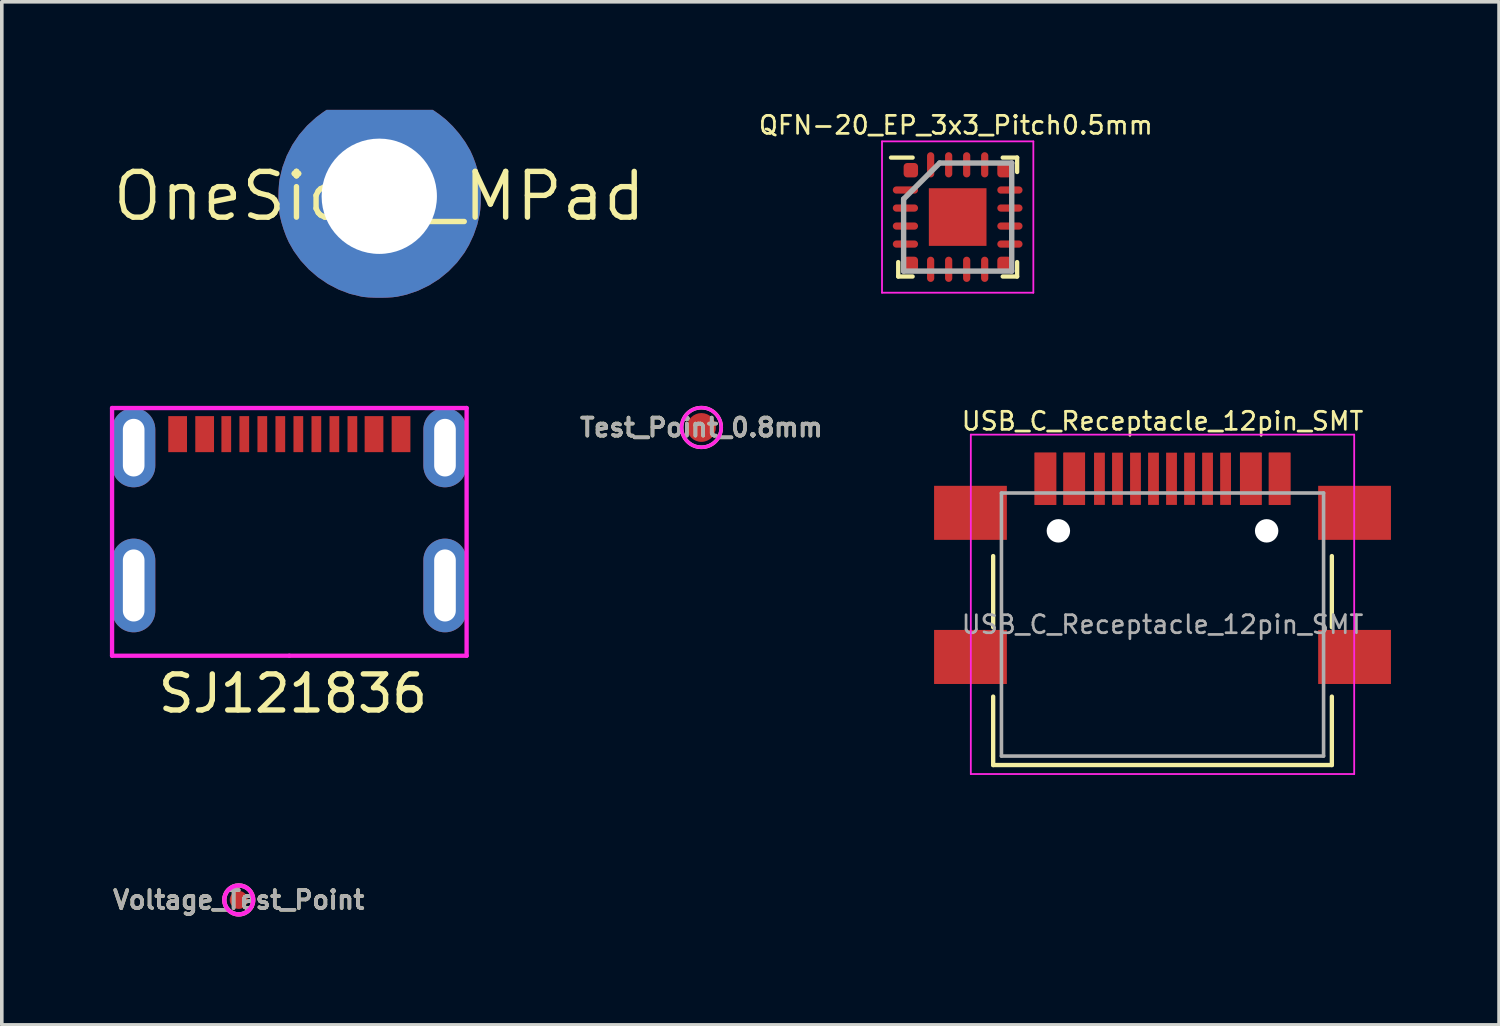
<source format=kicad_pcb>
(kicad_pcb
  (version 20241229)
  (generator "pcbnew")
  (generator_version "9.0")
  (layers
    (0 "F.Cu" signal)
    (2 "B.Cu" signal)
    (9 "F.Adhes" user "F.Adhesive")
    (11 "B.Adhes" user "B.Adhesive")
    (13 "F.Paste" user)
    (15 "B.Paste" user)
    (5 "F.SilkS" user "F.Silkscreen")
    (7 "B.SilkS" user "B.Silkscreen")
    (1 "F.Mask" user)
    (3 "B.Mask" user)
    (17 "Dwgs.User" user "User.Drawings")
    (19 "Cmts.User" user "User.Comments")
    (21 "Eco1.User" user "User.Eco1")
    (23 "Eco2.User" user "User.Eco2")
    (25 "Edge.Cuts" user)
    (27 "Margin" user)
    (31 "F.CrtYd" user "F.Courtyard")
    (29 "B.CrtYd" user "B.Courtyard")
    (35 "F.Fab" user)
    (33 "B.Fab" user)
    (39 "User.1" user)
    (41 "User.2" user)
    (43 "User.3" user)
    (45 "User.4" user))
  (footprint "USB_C_Receptacle_12pin_SMT"
    (layer "F.Cu")
    (at 29.214 14.283)
    (property "Reference" "USB_C_Receptacle_12pin_SMT" (at 0 -5.645 180) (layer "F.SilkS") (effects (font (size 0.5 0.5) (thickness 0.075))))
    (attr smd)
    (fp_line (start -4.7 -1.9) (end -4.7 0.076) (stroke (width 0.12) (type solid)) (layer "F.SilkS"))
    (fp_line (start -4.7 2) (end -4.7 3.9) (stroke (width 0.12) (type solid)) (layer "F.SilkS"))
    (fp_line (start -4.7 3.9) (end 4.7 3.9) (stroke (width 0.12) (type solid)) (layer "F.SilkS"))
    (fp_line (start 4.7 -1.9) (end 4.7 0.076) (stroke (width 0.12) (type solid)) (layer "F.SilkS"))
    (fp_line (start 4.7 2) (end 4.7 3.9) (stroke (width 0.12) (type solid)) (layer "F.SilkS"))
    (fp_line (start -5.32 -5.27) (end -5.32 4.15) (stroke (width 0.05) (type solid)) (layer "F.CrtYd"))
    (fp_line (start -5.32 -5.27) (end 5.32 -5.27) (stroke (width 0.05) (type solid)) (layer "F.CrtYd"))
    (fp_line (start -5.32 4.15) (end 5.32 4.15) (stroke (width 0.05) (type solid)) (layer "F.CrtYd"))
    (fp_line (start 5.32 -5.27) (end 5.32 4.15) (stroke (width 0.05) (type solid)) (layer "F.CrtYd"))
    (fp_line (start -4.47 -3.65) (end -4.47 3.65) (stroke (width 0.1) (type solid)) (layer "F.Fab"))
    (fp_line (start -4.47 -3.65) (end 4.47 -3.65) (stroke (width 0.1) (type solid)) (layer "F.Fab"))
    (fp_line (start -4.47 3.65) (end 4.47 3.65) (stroke (width 0.1) (type solid)) (layer "F.Fab"))
    (fp_line (start 4.47 -3.65) (end 4.47 3.65) (stroke (width 0.1) (type solid)) (layer "F.Fab"))
    (fp_text user "${REFERENCE}" (at 0 0 180) (layer "F.Fab") (effects (font (size 0.5 0.5) (thickness 0.075))))
    (pad "" np_thru_hole circle (at -2.89 -2.6) (size 0.65 0.65) (drill 0.65) (layers "*.Cu" "*.Mask"))
    (pad "" np_thru_hole circle (at 2.89 -2.6) (size 0.65 0.65) (drill 0.65) (layers "*.Cu" "*.Mask"))
    (pad "A1" smd rect (at -3.25 -4.045) (size 0.6 1.45) (layers "F.Cu" "F.Mask" "F.Paste"))
    (pad "A4" smd rect (at -2.45 -4.045) (size 0.6 1.45) (layers "F.Cu" "F.Mask" "F.Paste"))
    (pad "A5" smd rect (at -1.25 -4.045) (size 0.3 1.45) (layers "F.Cu" "F.Mask" "F.Paste"))
    (pad "A6" smd rect (at -0.25 -4.045) (size 0.3 1.45) (layers "F.Cu" "F.Mask" "F.Paste"))
    (pad "A7" smd rect (at 0.25 -4.045) (size 0.3 1.45) (layers "F.Cu" "F.Mask" "F.Paste"))
    (pad "A8" smd rect (at 1.25 -4.045) (size 0.3 1.45) (layers "F.Cu" "F.Mask" "F.Paste"))
    (pad "A9" smd rect (at 2.45 -4.045) (size 0.6 1.45) (layers "F.Cu" "F.Mask" "F.Paste"))
    (pad "A12" smd rect (at 3.25 -4.045) (size 0.6 1.45) (layers "F.Cu" "F.Mask" "F.Paste"))
    (pad "B1" smd rect (at 3.25 -4.045) (size 0.6 1.45) (layers "F.Cu" "F.Mask" "F.Paste"))
    (pad "B4" smd rect (at 2.45 -4.045) (size 0.6 1.45) (layers "F.Cu" "F.Mask" "F.Paste"))
    (pad "B5" smd rect (at 1.75 -4.045) (size 0.3 1.45) (layers "F.Cu" "F.Mask" "F.Paste"))
    (pad "B6" smd rect (at 0.75 -4.045) (size 0.3 1.45) (layers "F.Cu" "F.Mask" "F.Paste"))
    (pad "B7" smd rect (at -0.75 -4.045) (size 0.3 1.45) (layers "F.Cu" "F.Mask" "F.Paste"))
    (pad "B8" smd rect (at -1.75 -4.045) (size 0.3 1.45) (layers "F.Cu" "F.Mask" "F.Paste"))
    (pad "B9" smd rect (at -2.45 -4.045) (size 0.6 1.45) (layers "F.Cu" "F.Mask" "F.Paste"))
    (pad "B12" smd rect (at -3.25 -4.045) (size 0.6 1.45) (layers "F.Cu" "F.Mask" "F.Paste"))
    (pad "S1" smd rect (at -5.33 -3.1) (size 2.02 1.5) (layers "F.Cu" "F.Mask" "F.Paste"))
    (pad "S1" smd rect (at -5.33 0.9) (size 2.02 1.5) (layers "F.Cu" "F.Mask" "F.Paste"))
    (pad "S1" smd rect (at 5.33 -3.1) (size 2.02 1.5) (layers "F.Cu" "F.Mask" "F.Paste"))
    (pad "S1" smd rect (at 5.33 0.9) (size 2.02 1.5) (layers "F.Cu" "F.Mask" "F.Paste")))
  (footprint "OneSided_MPad"
    (layer "F.Cu")
    (at 7.476 2.397)
    (property "Reference" "OneSided_MPad" (at 0 0 0) (layer "F.SilkS") (effects (font (size 1.27 1.27) (thickness 0.15))))
    (attr through_hole allow_soldermask_bridges)
    (pad "1" thru_hole custom (at 0 0) (size 3.5 3.5) (drill 3.2) (layers "*.Cu" "*.Mask") (options (anchor circle)) (primitives (gr_poly (pts (xy 1.647 -2.281) (xy 1.844 -2.126) (xy 2.037 -1.939) (xy 2.219 -1.728) (xy 2.382 -1.502) (xy 2.519 -1.27) (xy 2.532 -1.243) (xy 2.6 -1.091) (xy 2.666 -0.914) (xy 2.723 -0.728) (xy 2.768 -0.55) (xy 2.782 -0.476) (xy 2.8 -0.331) (xy 2.811 -0.158) (xy 2.814 0.027) (xy 2.81 0.211) (xy 2.798 0.38) (xy 2.782 0.5) (xy 2.715 0.786) (xy 2.615 1.074) (xy 2.486 1.35) (xy 2.359 1.566) (xy 2.156 1.835) (xy 1.922 2.077) (xy 1.662 2.29) (xy 1.379 2.47) (xy 1.076 2.616) (xy 0.757 2.725) (xy 0.5 2.782) (xy 0.372 2.798) (xy 0.216 2.808) (xy 0.044 2.812) (xy -0.132 2.81) (xy -0.297 2.803) (xy -0.44 2.789) (xy -0.497 2.78) (xy -0.82 2.701) (xy -1.13 2.583) (xy -1.425 2.429) (xy -1.7 2.242) (xy -1.953 2.024) (xy -2.178 1.779) (xy -2.373 1.509) (xy -2.507 1.273) (xy -2.58 1.11) (xy -2.649 0.922) (xy -2.709 0.727) (xy -2.753 0.544) (xy -2.761 0.5) (xy -2.779 0.356) (xy -2.79 0.185) (xy -2.793 0.000048) (xy -2.793 -0.000117) (xy -1.576 -0.000117) (xy -1.566 0.205) (xy -1.532 0.394) (xy -1.527 0.412) (xy -1.436 0.659) (xy -1.311 0.884) (xy -1.155 1.083) (xy -0.97 1.255) (xy -0.76 1.396) (xy -0.527 1.504) (xy -0.275 1.576) (xy -0.202 1.589) (xy -0.081 1.599) (xy 0.064 1.597) (xy 0.216 1.583) (xy 0.36 1.559) (xy 0.425 1.543) (xy 0.524 1.511) (xy 0.636 1.466) (xy 0.737 1.419) (xy 0.74 1.417) (xy 0.956 1.283) (xy 1.141 1.121) (xy 1.297 0.938) (xy 1.421 0.735) (xy 1.512 0.518) (xy 1.571 0.291) (xy 1.596 0.058) (xy 1.586 -0.177) (xy 1.541 -0.411) (xy 1.459 -0.638) (xy 1.341 -0.855) (xy 1.233 -1) (xy 1.057 -1.182) (xy 0.859 -1.33) (xy 0.644 -1.443) (xy 0.416 -1.522) (xy 0.181 -1.566) (xy -0.059 -1.574) (xy -0.298 -1.545) (xy -0.531 -1.481) (xy -0.755 -1.38) (xy -0.966 -1.241) (xy -0.995 -1.218) (xy -1.169 -1.049) (xy -1.319 -0.85) (xy -1.44 -0.629) (xy -1.526 -0.392) (xy -1.527 -0.39) (xy -1.563 -0.204) (xy -1.576 -0.000117) (xy -2.793 -0.000117) (xy -2.789 -0.183) (xy -2.777 -0.352) (xy -2.761 -0.474) (xy -2.682 -0.805) (xy -2.564 -1.122) (xy -2.409 -1.423) (xy -2.22 -1.703) (xy -1.998 -1.959) (xy -1.746 -2.188) (xy -1.563 -2.324) (xy -1.463 -2.392) (xy 1.485 -2.392) (xy 1.647 -2.281)) (width 0.01) (fill yes)))))
  (footprint "Voltage_Test_Point"
    (layer "F.Cu")
    (at 3.576 21.926)
    (property "Reference" "Voltage_Test_Point" (at 0 0 0) (layer "F.SilkS") (effects (font (size 0.5 0.5) (thickness 0.1))))
    (attr exclude_from_pos_files exclude_from_bom)
    (fp_circle (center 0 0) (end 0.381 -0.127) (stroke (width 0.12) (type solid)) (fill no) (layer "F.SilkS"))
    (fp_circle (center 0 0) (end 0.381 0.127) (stroke (width 0.12) (type solid)) (fill no) (layer "F.CrtYd"))
    (fp_text user "${REFERENCE}" (at 0 0 0) (layer "F.Fab") (effects (font (size 0.5 0.5) (thickness 0.1))))
    (pad "1" smd circle (at 0 0) (size 0.5 0.5) (layers "F.Cu" "F.Mask")))
  (footprint "QFN-20_EP_3x3_Pitch0.5mm"
    (layer "F.Cu")
    (at 23.529 2.974)
    (property "Reference" "QFN-20_EP_3x3_Pitch0.5mm" (at -0.05 -2.55 180) (layer "F.SilkS") (effects (font (size 0.5 0.5) (thickness 0.075))))
    (attr smd)
    (fp_line (start -1.65 1.65) (end -1.65 1.25) (stroke (width 0.12) (type solid)) (layer "F.SilkS"))
    (fp_line (start -1.25 -1.65) (end -1.85 -1.65) (stroke (width 0.12) (type solid)) (layer "F.SilkS"))
    (fp_line (start -1.25 1.65) (end -1.65 1.65) (stroke (width 0.12) (type solid)) (layer "F.SilkS"))
    (fp_line (start 1.25 -1.65) (end 1.65 -1.65) (stroke (width 0.12) (type solid)) (layer "F.SilkS"))
    (fp_line (start 1.25 1.65) (end 1.65 1.65) (stroke (width 0.12) (type solid)) (layer "F.SilkS"))
    (fp_line (start 1.65 -1.65) (end 1.65 -1.25) (stroke (width 0.12) (type solid)) (layer "F.SilkS"))
    (fp_line (start 1.65 1.65) (end 1.65 1.25) (stroke (width 0.12) (type solid)) (layer "F.SilkS"))
    (fp_line (start -2.1 -2.1) (end 2.1 -2.1) (stroke (width 0.05) (type solid)) (layer "F.CrtYd"))
    (fp_line (start -2.1 2.1) (end -2.1 -2.1) (stroke (width 0.05) (type solid)) (layer "F.CrtYd"))
    (fp_line (start 2.1 -2.1) (end 2.1 2.1) (stroke (width 0.05) (type solid)) (layer "F.CrtYd"))
    (fp_line (start 2.1 2.1) (end -2.1 2.1) (stroke (width 0.05) (type solid)) (layer "F.CrtYd"))
    (fp_line (start -1.5 -0.5) (end -1.5 1.5) (stroke (width 0.15) (type solid)) (layer "F.Fab"))
    (fp_line (start -1.5 1.5) (end 1.5 1.5) (stroke (width 0.15) (type solid)) (layer "F.Fab"))
    (fp_line (start -0.5 -1.5) (end -1.5 -0.5) (stroke (width 0.15) (type solid)) (layer "F.Fab"))
    (fp_line (start 1.5 -1.5) (end -0.5 -1.5) (stroke (width 0.15) (type solid)) (layer "F.Fab"))
    (fp_line (start 1.5 1.5) (end 1.5 -1.5) (stroke (width 0.15) (type solid)) (layer "F.Fab"))
    (pad "1" smd roundrect (at -1.3 -1.3) (size 0.4 0.4) (layers "F.Cu" "F.Mask" "F.Paste") (roundrect_rratio 0.25))
    (pad "2" smd oval (at -1.45 -0.75 90) (size 0.2 0.7) (layers "F.Cu" "F.Mask" "F.Paste"))
    (pad "3" smd oval (at -1.45 -0.25 90) (size 0.2 0.7) (layers "F.Cu" "F.Mask" "F.Paste"))
    (pad "4" smd oval (at -1.45 0.25 90) (size 0.2 0.7) (layers "F.Cu" "F.Mask" "F.Paste"))
    (pad "5" smd oval (at -1.45 0.75 90) (size 0.2 0.7) (layers "F.Cu" "F.Mask" "F.Paste"))
    (pad "6" smd roundrect (at -1.3 1.3) (size 0.4 0.4) (layers "F.Cu" "F.Mask" "F.Paste") (roundrect_rratio 0.25))
    (pad "7" smd oval (at -0.75 1.45) (size 0.2 0.7) (layers "F.Cu" "F.Mask" "F.Paste"))
    (pad "8" smd oval (at -0.25 1.45) (size 0.2 0.7) (layers "F.Cu" "F.Mask" "F.Paste"))
    (pad "9" smd oval (at 0.25 1.45) (size 0.2 0.7) (layers "F.Cu" "F.Mask" "F.Paste"))
    (pad "10" smd oval (at 0.75 1.45) (size 0.2 0.7) (layers "F.Cu" "F.Mask" "F.Paste"))
    (pad "11" smd roundrect (at 1.3 1.3) (size 0.4 0.4) (layers "F.Cu" "F.Mask" "F.Paste") (roundrect_rratio 0.25))
    (pad "12" smd oval (at 1.45 0.75 90) (size 0.2 0.7) (layers "F.Cu" "F.Mask" "F.Paste"))
    (pad "13" smd oval (at 1.45 0.25 90) (size 0.2 0.7) (layers "F.Cu" "F.Mask" "F.Paste"))
    (pad "14" smd oval (at 1.45 -0.25 90) (size 0.2 0.7) (layers "F.Cu" "F.Mask" "F.Paste"))
    (pad "15" smd oval (at 1.45 -0.75 90) (size 0.2 0.7) (layers "F.Cu" "F.Mask" "F.Paste"))
    (pad "16" smd roundrect (at 1.3 -1.3) (size 0.4 0.4) (layers "F.Cu" "F.Mask" "F.Paste") (roundrect_rratio 0.25))
    (pad "17" smd oval (at 0.75 -1.45) (size 0.2 0.7) (layers "F.Cu" "F.Mask" "F.Paste"))
    (pad "18" smd oval (at 0.25 -1.45) (size 0.2 0.7) (layers "F.Cu" "F.Mask" "F.Paste"))
    (pad "19" smd oval (at -0.25 -1.45) (size 0.2 0.7) (layers "F.Cu" "F.Mask" "F.Paste"))
    (pad "20" smd oval (at -0.75 -1.45) (size 0.2 0.7) (layers "F.Cu" "F.Mask" "F.Paste"))
    (pad "21" smd rect (at 0 0) (size 1.6 1.6) (layers "F.Cu" "F.Mask" "F.Paste")))
  (footprint "SJ121836"
    (layer "F.Cu")
    (at 4.98 10.099)
    (property "Reference" "SJ121836" (at 0.1 6.1 0) (layer "F.SilkS") (effects (font (size 1 1) (thickness 0.15))))
    (attr through_hole)
    (fp_line (start -4.92 -1.825) (end 4.92 -1.825) (stroke (width 0.12) (type solid)) (layer "F.CrtYd"))
    (fp_line (start -4.92 5.05) (end -4.92 -1.825) (stroke (width 0.12) (type solid)) (layer "F.CrtYd"))
    (fp_line (start 0 5.05) (end -4.92 5.05) (stroke (width 0.12) (type solid)) (layer "F.CrtYd"))
    (fp_line (start 4.92 5.05) (end 0 5.05) (stroke (width 0.12) (type solid)) (layer "F.CrtYd"))
    (fp_line (start 4.92 5.05) (end 4.92 -1.825) (stroke (width 0.12) (type solid)) (layer "F.CrtYd"))
    (pad "1" thru_hole oval (at -4.32 -0.725) (size 1.2 2.2) (drill oval 0.6 1.6) (layers "*.Cu" "*.Mask"))
    (pad "1" thru_hole oval (at -4.32 3.1) (size 1.2 2.6) (drill oval 0.6 2) (layers "*.Cu" "*.Mask"))
    (pad "1" thru_hole oval (at 4.32 -0.725) (size 1.2 2.2) (drill oval 0.6 1.6) (layers "*.Cu" "*.Mask"))
    (pad "1" thru_hole oval (at 4.32 3.1) (size 1.2 2.6) (drill oval 0.6 2) (layers "*.Cu" "*.Mask"))
    (pad "2" smd rect (at -3.1 -1.1) (size 0.52 1) (layers "F.Cu" "F.Mask" "F.Paste"))
    (pad "2" smd rect (at -2.35 -1.1) (size 0.52 1) (layers "F.Cu" "F.Mask" "F.Paste"))
    (pad "2" smd rect (at -1.75 -1.1) (size 0.27 1) (layers "F.Cu" "F.Mask" "F.Paste"))
    (pad "2" smd rect (at -1.25 -1.1) (size 0.27 1) (layers "F.Cu" "F.Mask" "F.Paste"))
    (pad "2" smd rect (at 1.25 -1.1) (size 0.27 1) (layers "F.Cu" "F.Mask" "F.Paste"))
    (pad "2" smd rect (at 1.75 -1.1) (size 0.27 1) (layers "F.Cu" "F.Mask" "F.Paste"))
    (pad "2" smd rect (at 2.35 -1.1) (size 0.52 1) (layers "F.Cu" "F.Mask" "F.Paste"))
    (pad "2" smd rect (at 3.1 -1.1) (size 0.52 1) (layers "F.Cu" "F.Mask" "F.Paste"))
    (pad "3" smd rect (at -0.75 -1.1) (size 0.27 1) (layers "F.Cu" "F.Mask" "F.Paste"))
    (pad "3" smd rect (at -0.25 -1.1) (size 0.27 1) (layers "F.Cu" "F.Mask" "F.Paste"))
    (pad "3" smd rect (at 0.25 -1.1) (size 0.27 1) (layers "F.Cu" "F.Mask" "F.Paste"))
    (pad "3" smd rect (at 0.75 -1.1) (size 0.27 1) (layers "F.Cu" "F.Mask" "F.Paste")))
  (footprint "Test_Point_0.8mm"
    (layer "F.Cu")
    (at 16.417 8.814)
    (property "Reference" "Test_Point_0.8mm" (at 0 0 0) (layer "F.SilkS") (effects (font (size 0.5 0.5) (thickness 0.1))))
    (attr exclude_from_pos_files exclude_from_bom)
    (fp_circle (center 0 0) (end 0.55 0) (stroke (width 0.1) (type solid)) (fill no) (layer "F.SilkS"))
    (fp_circle (center 0 0) (end 0.55 0) (stroke (width 0.1) (type solid)) (fill no) (layer "F.CrtYd"))
    (fp_text user "${REFERENCE}" (at 0 0 0) (layer "F.Fab") (effects (font (size 0.5 0.5) (thickness 0.1))))
    (pad "1" smd circle (at 0 0) (size 0.8 0.8) (layers "F.Cu" "F.Mask")))
  (gr_rect
    (start -3 -3)
    (end 38.554 25.394)
    (stroke (width 0.1) (type default))
    (fill no)
    (layer "Edge.Cuts")))
</source>
